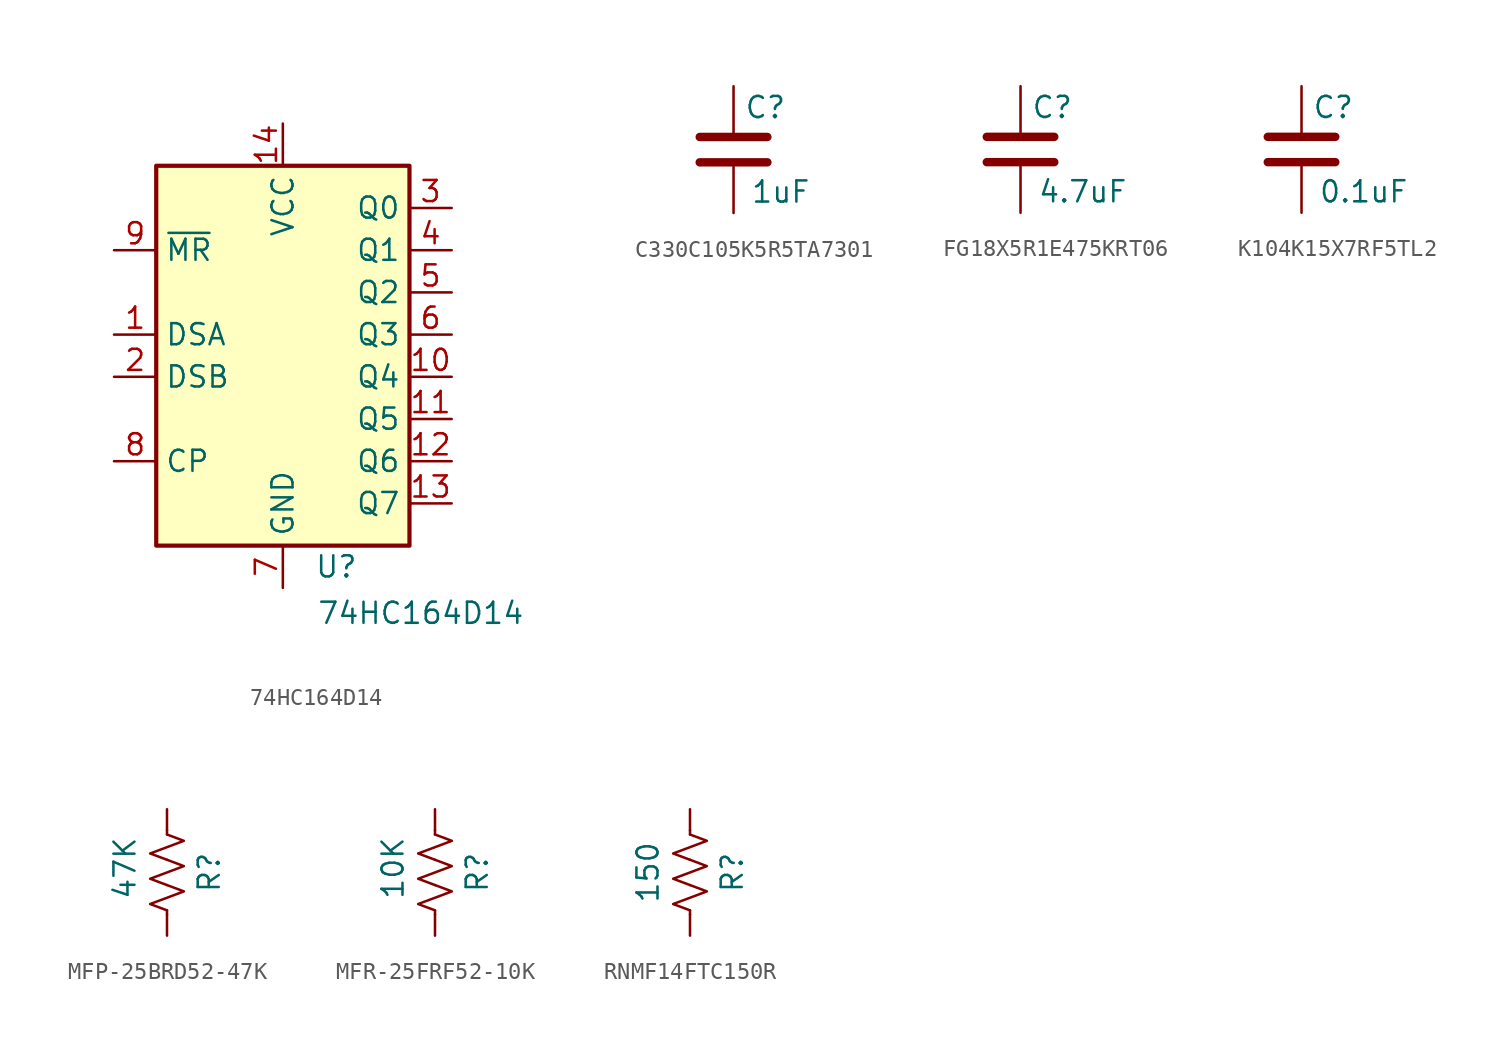
<source format=kicad_sym>
(kicad_symbol_lib
  (version 20231120)
  (generator "kicad_symbol_editor")
  (generator_version "8.0")
  (symbol "74HC164D14"
    (property "Reference" "U"
      (at 1.905 -13.97 0)
      (effects (font (size 1.27 1.27)) (justify left)))
    (property "Value" "74HC164D14"
      (at 2.032 -16.764 0)
      (effects (font (size 1.27 1.27)) (justify left)))
    (symbol "74HC164D14_0_1"
      (rectangle (start -7.62 10.16) (end 7.62 -12.7) (stroke (width 0.254) (type default)) (fill (type background))))
    (symbol "74HC164D14_1_1"
      (pin input line (at -10.16 0 0) (length 2.54) (name "DSA" (effects (font (size 1.27 1.27)))) (number "1" (effects (font (size 1.27 1.27)))))
      (pin output line (at 10.16 -2.54 180) (length 2.54) (name "Q4" (effects (font (size 1.27 1.27)))) (number "10" (effects (font (size 1.27 1.27)))))
      (pin output line (at 10.16 -5.08 180) (length 2.54) (name "Q5" (effects (font (size 1.27 1.27)))) (number "11" (effects (font (size 1.27 1.27)))))
      (pin output line (at 10.16 -7.62 180) (length 2.54) (name "Q6" (effects (font (size 1.27 1.27)))) (number "12" (effects (font (size 1.27 1.27)))))
      (pin output line (at 10.16 -10.16 180) (length 2.54) (name "Q7" (effects (font (size 1.27 1.27)))) (number "13" (effects (font (size 1.27 1.27)))))
      (pin power_in line (at 0 12.7 270) (length 2.54) (name "VCC" (effects (font (size 1.27 1.27)))) (number "14" (effects (font (size 1.27 1.27)))))
      (pin input line (at -10.16 -2.54 0) (length 2.54) (name "DSB" (effects (font (size 1.27 1.27)))) (number "2" (effects (font (size 1.27 1.27)))))
      (pin output line (at 10.16 7.62 180) (length 2.54) (name "Q0" (effects (font (size 1.27 1.27)))) (number "3" (effects (font (size 1.27 1.27)))))
      (pin output line (at 10.16 5.08 180) (length 2.54) (name "Q1" (effects (font (size 1.27 1.27)))) (number "4" (effects (font (size 1.27 1.27)))))
      (pin output line (at 10.16 2.54 180) (length 2.54) (name "Q2" (effects (font (size 1.27 1.27)))) (number "5" (effects (font (size 1.27 1.27)))))
      (pin output line (at 10.16 0 180) (length 2.54) (name "Q3" (effects (font (size 1.27 1.27)))) (number "6" (effects (font (size 1.27 1.27)))))
      (pin power_in line (at 0 -15.24 90) (length 2.54) (name "GND" (effects (font (size 1.27 1.27)))) (number "7" (effects (font (size 1.27 1.27)))))
      (pin input line (at -10.16 -7.62 0) (length 2.54) (name "CP" (effects (font (size 1.27 1.27)))) (number "8" (effects (font (size 1.27 1.27)))))
      (pin input line (at -10.16 5.08 0) (length 2.54) (name "~{MR}" (effects (font (size 1.27 1.27)))) (number "9" (effects (font (size 1.27 1.27)))))))
  (symbol "C330C105K5R5TA7301"
    (pin_numbers hide)
    (pin_names
      (offset 0.254))
    (property "Reference" "C"
      (at 0.635 2.54 0)
      (effects (font (size 1.27 1.27)) (justify left)))
    (property "Value" "1uF"
      (at 1.016 -2.54 0)
      (effects (font (size 1.27 1.27)) (justify left)))
    (symbol "C330C105K5R5TA7301_0_1"
      (polyline (pts (xy -2.032 -0.762) (xy 2.032 -0.762)) (stroke (width 0.508) (type default)) (fill (type none)))
      (polyline (pts (xy -2.032 0.762) (xy 2.032 0.762)) (stroke (width 0.508) (type default)) (fill (type none))))
    (symbol "C330C105K5R5TA7301_1_1"
      (pin passive line (at 0 3.81 270) (length 2.794) (name "~" (effects (font (size 1.27 1.27)))) (number "1" (effects (font (size 1.27 1.27)))))
      (pin passive line (at 0 -3.81 90) (length 2.794) (name "~" (effects (font (size 1.27 1.27)))) (number "2" (effects (font (size 1.27 1.27)))))))
  (symbol "FG18X5R1E475KRT06"
    (pin_numbers hide)
    (pin_names
      (offset 0.254))
    (property "Reference" "C"
      (at 0.635 2.54 0)
      (effects (font (size 1.27 1.27)) (justify left)))
    (property "Value" "4.7uF"
      (at 1.016 -2.54 0)
      (effects (font (size 1.27 1.27)) (justify left)))
    (symbol "FG18X5R1E475KRT06_0_1"
      (polyline (pts (xy -2.032 -0.762) (xy 2.032 -0.762)) (stroke (width 0.508) (type default)) (fill (type none)))
      (polyline (pts (xy -2.032 0.762) (xy 2.032 0.762)) (stroke (width 0.508) (type default)) (fill (type none))))
    (symbol "FG18X5R1E475KRT06_1_1"
      (pin passive line (at 0 3.81 270) (length 2.794) (name "~" (effects (font (size 1.27 1.27)))) (number "1" (effects (font (size 1.27 1.27)))))
      (pin passive line (at 0 -3.81 90) (length 2.794) (name "~" (effects (font (size 1.27 1.27)))) (number "2" (effects (font (size 1.27 1.27)))))))
  (symbol "K104K15X7RF5TL2"
    (pin_numbers hide)
    (pin_names
      (offset 0.254))
    (property "Reference" "C"
      (at 0.635 2.54 0)
      (effects (font (size 1.27 1.27)) (justify left)))
    (property "Value" "0.1uF"
      (at 1.016 -2.54 0)
      (effects (font (size 1.27 1.27)) (justify left)))
    (symbol "K104K15X7RF5TL2_0_1"
      (polyline (pts (xy -2.032 -0.762) (xy 2.032 -0.762)) (stroke (width 0.508) (type default)) (fill (type none)))
      (polyline (pts (xy -2.032 0.762) (xy 2.032 0.762)) (stroke (width 0.508) (type default)) (fill (type none))))
    (symbol "K104K15X7RF5TL2_1_1"
      (pin passive line (at 0 3.81 270) (length 2.794) (name "~" (effects (font (size 1.27 1.27)))) (number "1" (effects (font (size 1.27 1.27)))))
      (pin passive line (at 0 -3.81 90) (length 2.794) (name "~" (effects (font (size 1.27 1.27)))) (number "2" (effects (font (size 1.27 1.27)))))))
  (symbol "MFP-25BRD52-47K"
    (pin_numbers hide)
    (pin_names
      (offset 0))
    (property "Reference" "R"
      (at 2.54 0 90)
      (effects (font (size 1.27 1.27))))
    (property "Value" "47K"
      (at -2.54 0.254 90)
      (effects (font (size 1.27 1.27))))
    (symbol "MFP-25BRD52-47K_0_1"
      (polyline (pts (xy 0 -2.286) (xy 0 -2.54)) (stroke (width 0) (type default)) (fill (type none)))
      (polyline (pts (xy 0 2.286) (xy 0 2.54)) (stroke (width 0) (type default)) (fill (type none)))
      (polyline (pts (xy 0 -0.762) (xy 1.016 -1.143) (xy 0 -1.524) (xy -1.016 -1.905) (xy 0 -2.286)) (stroke (width 0) (type default)) (fill (type none)))
      (polyline (pts (xy 0 0.762) (xy 1.016 0.381) (xy 0 0) (xy -1.016 -0.381) (xy 0 -0.762)) (stroke (width 0) (type default)) (fill (type none)))
      (polyline (pts (xy 0 2.286) (xy 1.016 1.905) (xy 0 1.524) (xy -1.016 1.143) (xy 0 0.762)) (stroke (width 0) (type default)) (fill (type none))))
    (symbol "MFP-25BRD52-47K_1_1"
      (pin passive line (at 0 3.81 270) (length 1.27) (name "~" (effects (font (size 1.27 1.27)))) (number "1" (effects (font (size 1.27 1.27)))))
      (pin passive line (at 0 -3.81 90) (length 1.27) (name "~" (effects (font (size 1.27 1.27)))) (number "2" (effects (font (size 1.27 1.27)))))))
  (symbol "MFR-25FRF52-10K"
    (pin_numbers hide)
    (pin_names
      (offset 0))
    (property "Reference" "R"
      (at 2.54 0 90)
      (effects (font (size 1.27 1.27))))
    (property "Value" "10K"
      (at -2.54 0.254 90)
      (effects (font (size 1.27 1.27))))
    (symbol "MFR-25FRF52-10K_0_1"
      (polyline (pts (xy 0 -2.286) (xy 0 -2.54)) (stroke (width 0) (type default)) (fill (type none)))
      (polyline (pts (xy 0 2.286) (xy 0 2.54)) (stroke (width 0) (type default)) (fill (type none)))
      (polyline (pts (xy 0 -0.762) (xy 1.016 -1.143) (xy 0 -1.524) (xy -1.016 -1.905) (xy 0 -2.286)) (stroke (width 0) (type default)) (fill (type none)))
      (polyline (pts (xy 0 0.762) (xy 1.016 0.381) (xy 0 0) (xy -1.016 -0.381) (xy 0 -0.762)) (stroke (width 0) (type default)) (fill (type none)))
      (polyline (pts (xy 0 2.286) (xy 1.016 1.905) (xy 0 1.524) (xy -1.016 1.143) (xy 0 0.762)) (stroke (width 0) (type default)) (fill (type none))))
    (symbol "MFR-25FRF52-10K_1_1"
      (pin passive line (at 0 3.81 270) (length 1.27) (name "~" (effects (font (size 1.27 1.27)))) (number "1" (effects (font (size 1.27 1.27)))))
      (pin passive line (at 0 -3.81 90) (length 1.27) (name "~" (effects (font (size 1.27 1.27)))) (number "2" (effects (font (size 1.27 1.27)))))))
  (symbol "RNMF14FTC150R"
    (pin_numbers hide)
    (pin_names
      (offset 0))
    (property "Reference" "R"
      (at 2.54 0 90)
      (effects (font (size 1.27 1.27))))
    (property "Value" "150"
      (at -2.54 0 90)
      (effects (font (size 1.27 1.27))))
    (symbol "RNMF14FTC150R_0_1"
      (polyline (pts (xy 0 -2.286) (xy 0 -2.54)) (stroke (width 0) (type default)) (fill (type none)))
      (polyline (pts (xy 0 2.286) (xy 0 2.54)) (stroke (width 0) (type default)) (fill (type none)))
      (polyline (pts (xy 0 -0.762) (xy 1.016 -1.143) (xy 0 -1.524) (xy -1.016 -1.905) (xy 0 -2.286)) (stroke (width 0) (type default)) (fill (type none)))
      (polyline (pts (xy 0 0.762) (xy 1.016 0.381) (xy 0 0) (xy -1.016 -0.381) (xy 0 -0.762)) (stroke (width 0) (type default)) (fill (type none)))
      (polyline (pts (xy 0 2.286) (xy 1.016 1.905) (xy 0 1.524) (xy -1.016 1.143) (xy 0 0.762)) (stroke (width 0) (type default)) (fill (type none))))
    (symbol "RNMF14FTC150R_1_1"
      (pin passive line (at 0 3.81 270) (length 1.27) (name "~" (effects (font (size 1.27 1.27)))) (number "1" (effects (font (size 1.27 1.27)))))
      (pin passive line (at 0 -3.81 90) (length 1.27) (name "~" (effects (font (size 1.27 1.27)))) (number "2" (effects (font (size 1.27 1.27))))))))
</source>
